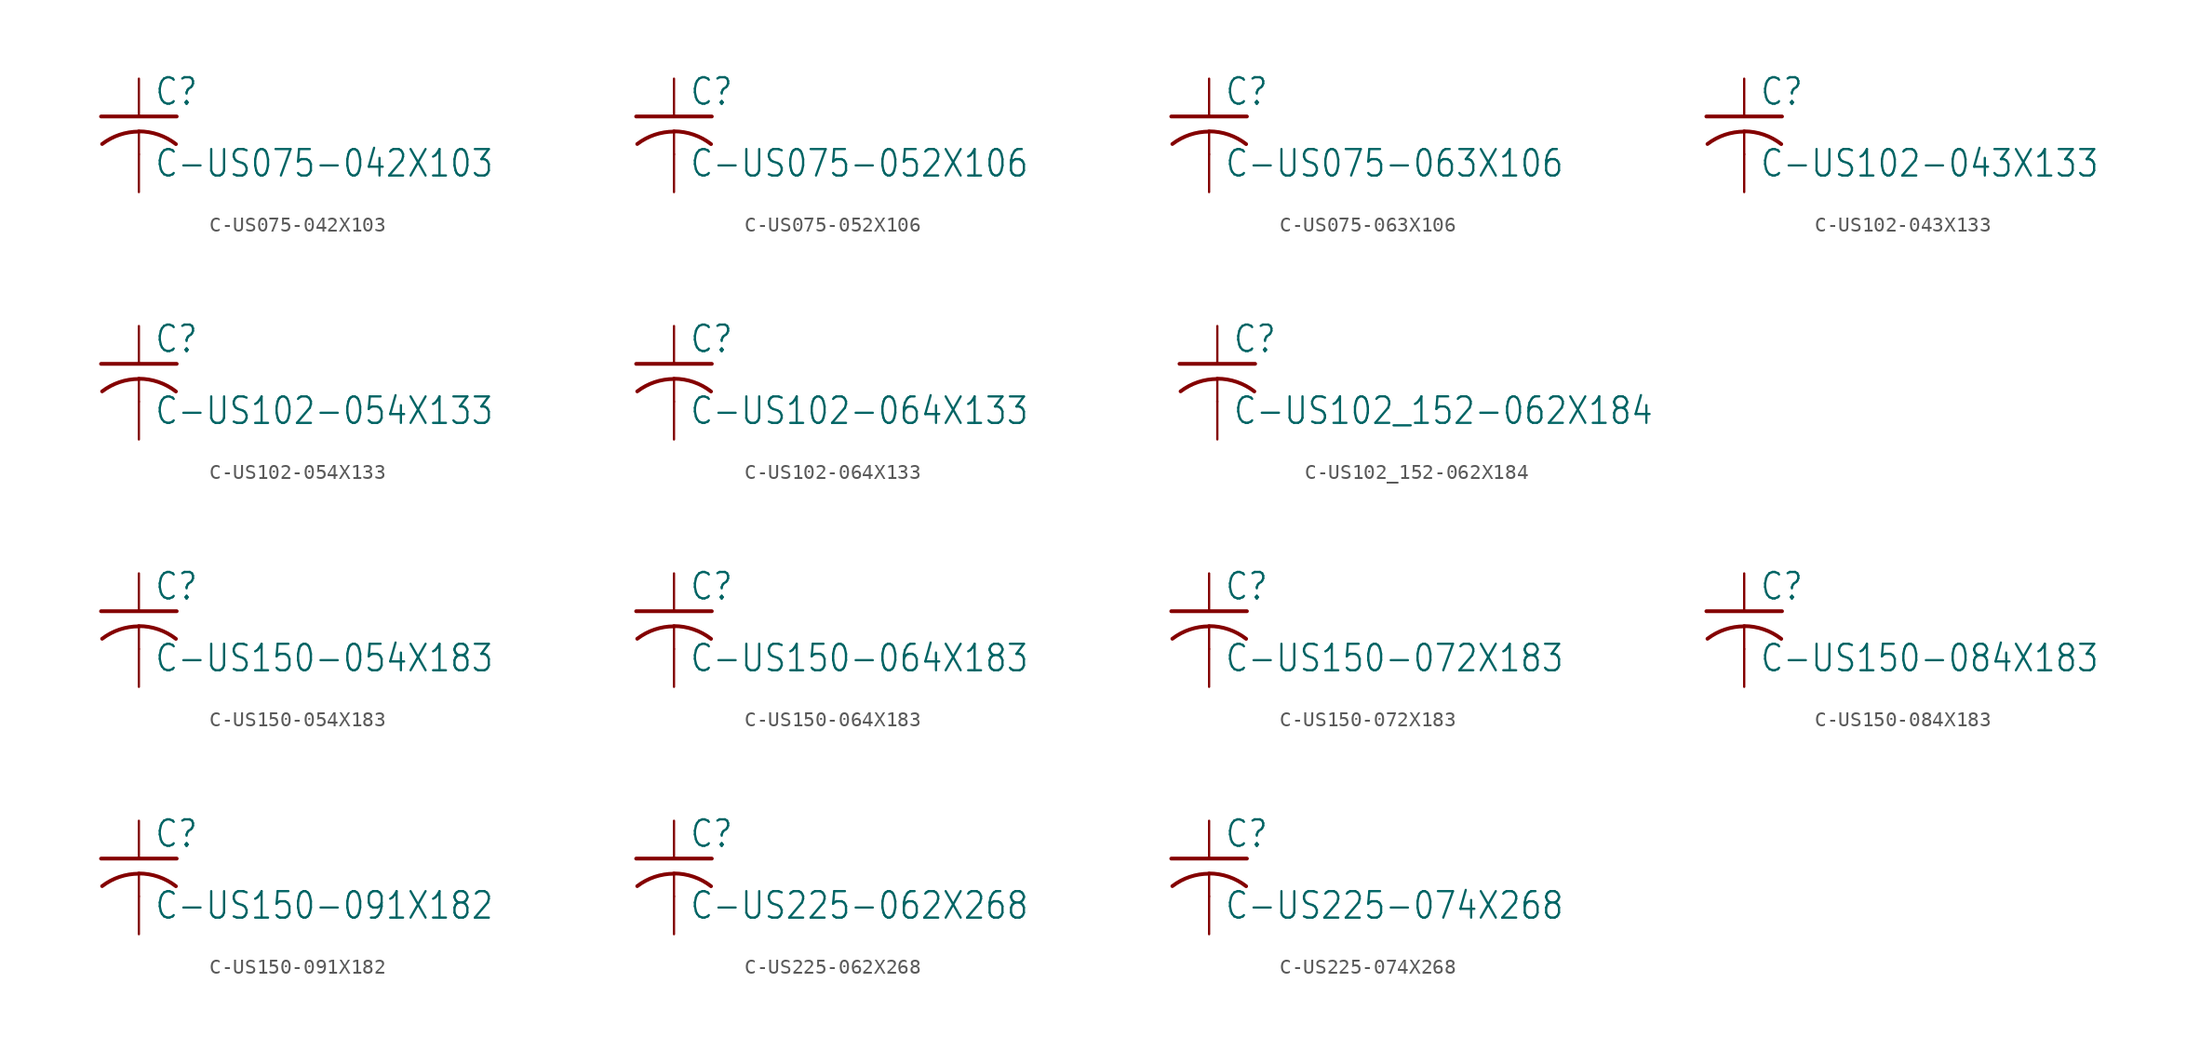
<source format=kicad_sym>
(kicad_symbol_lib
  (version 20211014)
  (generator kicad_symbol_editor)
  (symbol "C-US075-042X103"
    (property "Reference" "C"
      (at 1.016 0.635 0)
      (effects (font (size 1.778 1.511)) (justify left bottom)))
    (property "Value" "C-US075-042X103"
      (at 1.016 -4.191 0)
      (effects (font (size 1.778 1.511)) (justify left bottom)))
    (property "ki_locked" ""
      (at 0 0 0)
      (effects (font (size 1.27 1.27))))
    (symbol "C-US075-042X103_1_0"
      (arc (start 0 -1.0161) (mid -1.302 -1.2303) (end -2.4668 -1.8504) (stroke (width 0.254) (type default) (color 0 0 0 0)) (fill (type none)))
      (polyline (pts (xy -2.54 0) (xy 2.54 0)) (stroke (width 0.254) (type default) (color 0 0 0 0)) (fill (type none)))
      (polyline (pts (xy 0 -1.016) (xy 0 -2.54)) (stroke (width 0.152) (type default) (color 0 0 0 0)) (fill (type none)))
      (polyline (pts (xy 0 -1.016) (xy 0 -1.016)) (stroke (width 0.152) (type default) (color 0 0 0 0)) (fill (type none)))
      (arc (start 2.4892 -1.8542) (mid 1.3158 -1.2195) (end 0 -1) (stroke (width 0.254) (type default) (color 0 0 0 0)) (fill (type none)))
      (pin passive line (at 0 2.54 270) (length 2.54) (name "1" (effects (font (size 0 0)))) (number "1" (effects (font (size 0 0)))))
      (pin passive line (at 0 -5.08 90) (length 2.54) (name "2" (effects (font (size 0 0)))) (number "2" (effects (font (size 0 0)))))))
  (symbol "C-US075-052X106"
    (property "Reference" "C"
      (at 1.016 0.635 0)
      (effects (font (size 1.778 1.511)) (justify left bottom)))
    (property "Value" "C-US075-052X106"
      (at 1.016 -4.191 0)
      (effects (font (size 1.778 1.511)) (justify left bottom)))
    (property "ki_locked" ""
      (at 0 0 0)
      (effects (font (size 1.27 1.27))))
    (symbol "C-US075-052X106_1_0"
      (arc (start 0 -1.0161) (mid -1.302 -1.2303) (end -2.4668 -1.8504) (stroke (width 0.254) (type default) (color 0 0 0 0)) (fill (type none)))
      (polyline (pts (xy -2.54 0) (xy 2.54 0)) (stroke (width 0.254) (type default) (color 0 0 0 0)) (fill (type none)))
      (polyline (pts (xy 0 -1.016) (xy 0 -2.54)) (stroke (width 0.152) (type default) (color 0 0 0 0)) (fill (type none)))
      (polyline (pts (xy 0 -1.016) (xy 0 -1.016)) (stroke (width 0.152) (type default) (color 0 0 0 0)) (fill (type none)))
      (arc (start 2.4892 -1.8542) (mid 1.3158 -1.2195) (end 0 -1) (stroke (width 0.254) (type default) (color 0 0 0 0)) (fill (type none)))
      (pin passive line (at 0 2.54 270) (length 2.54) (name "1" (effects (font (size 0 0)))) (number "1" (effects (font (size 0 0)))))
      (pin passive line (at 0 -5.08 90) (length 2.54) (name "2" (effects (font (size 0 0)))) (number "2" (effects (font (size 0 0)))))))
  (symbol "C-US075-063X106"
    (property "Reference" "C"
      (at 1.016 0.635 0)
      (effects (font (size 1.778 1.511)) (justify left bottom)))
    (property "Value" "C-US075-063X106"
      (at 1.016 -4.191 0)
      (effects (font (size 1.778 1.511)) (justify left bottom)))
    (property "ki_locked" ""
      (at 0 0 0)
      (effects (font (size 1.27 1.27))))
    (symbol "C-US075-063X106_1_0"
      (arc (start 0 -1.0161) (mid -1.302 -1.2303) (end -2.4668 -1.8504) (stroke (width 0.254) (type default) (color 0 0 0 0)) (fill (type none)))
      (polyline (pts (xy -2.54 0) (xy 2.54 0)) (stroke (width 0.254) (type default) (color 0 0 0 0)) (fill (type none)))
      (polyline (pts (xy 0 -1.016) (xy 0 -2.54)) (stroke (width 0.152) (type default) (color 0 0 0 0)) (fill (type none)))
      (polyline (pts (xy 0 -1.016) (xy 0 -1.016)) (stroke (width 0.152) (type default) (color 0 0 0 0)) (fill (type none)))
      (arc (start 2.4892 -1.8542) (mid 1.3158 -1.2195) (end 0 -1) (stroke (width 0.254) (type default) (color 0 0 0 0)) (fill (type none)))
      (pin passive line (at 0 2.54 270) (length 2.54) (name "1" (effects (font (size 0 0)))) (number "1" (effects (font (size 0 0)))))
      (pin passive line (at 0 -5.08 90) (length 2.54) (name "2" (effects (font (size 0 0)))) (number "2" (effects (font (size 0 0)))))))
  (symbol "C-US102-043X133"
    (property "Reference" "C"
      (at 1.016 0.635 0)
      (effects (font (size 1.778 1.511)) (justify left bottom)))
    (property "Value" "C-US102-043X133"
      (at 1.016 -4.191 0)
      (effects (font (size 1.778 1.511)) (justify left bottom)))
    (property "ki_locked" ""
      (at 0 0 0)
      (effects (font (size 1.27 1.27))))
    (symbol "C-US102-043X133_1_0"
      (arc (start 0 -1.0161) (mid -1.302 -1.2303) (end -2.4668 -1.8504) (stroke (width 0.254) (type default) (color 0 0 0 0)) (fill (type none)))
      (polyline (pts (xy -2.54 0) (xy 2.54 0)) (stroke (width 0.254) (type default) (color 0 0 0 0)) (fill (type none)))
      (polyline (pts (xy 0 -1.016) (xy 0 -2.54)) (stroke (width 0.152) (type default) (color 0 0 0 0)) (fill (type none)))
      (polyline (pts (xy 0 -1.016) (xy 0 -1.016)) (stroke (width 0.152) (type default) (color 0 0 0 0)) (fill (type none)))
      (arc (start 2.4892 -1.8542) (mid 1.3158 -1.2195) (end 0 -1) (stroke (width 0.254) (type default) (color 0 0 0 0)) (fill (type none)))
      (pin passive line (at 0 2.54 270) (length 2.54) (name "1" (effects (font (size 0 0)))) (number "1" (effects (font (size 0 0)))))
      (pin passive line (at 0 -5.08 90) (length 2.54) (name "2" (effects (font (size 0 0)))) (number "2" (effects (font (size 0 0)))))))
  (symbol "C-US102-054X133"
    (property "Reference" "C"
      (at 1.016 0.635 0)
      (effects (font (size 1.778 1.511)) (justify left bottom)))
    (property "Value" "C-US102-054X133"
      (at 1.016 -4.191 0)
      (effects (font (size 1.778 1.511)) (justify left bottom)))
    (property "ki_locked" ""
      (at 0 0 0)
      (effects (font (size 1.27 1.27))))
    (symbol "C-US102-054X133_1_0"
      (arc (start 0 -1.0161) (mid -1.302 -1.2303) (end -2.4668 -1.8504) (stroke (width 0.254) (type default) (color 0 0 0 0)) (fill (type none)))
      (polyline (pts (xy -2.54 0) (xy 2.54 0)) (stroke (width 0.254) (type default) (color 0 0 0 0)) (fill (type none)))
      (polyline (pts (xy 0 -1.016) (xy 0 -2.54)) (stroke (width 0.152) (type default) (color 0 0 0 0)) (fill (type none)))
      (polyline (pts (xy 0 -1.016) (xy 0 -1.016)) (stroke (width 0.152) (type default) (color 0 0 0 0)) (fill (type none)))
      (arc (start 2.4892 -1.8542) (mid 1.3158 -1.2195) (end 0 -1) (stroke (width 0.254) (type default) (color 0 0 0 0)) (fill (type none)))
      (pin passive line (at 0 2.54 270) (length 2.54) (name "1" (effects (font (size 0 0)))) (number "1" (effects (font (size 0 0)))))
      (pin passive line (at 0 -5.08 90) (length 2.54) (name "2" (effects (font (size 0 0)))) (number "2" (effects (font (size 0 0)))))))
  (symbol "C-US102-064X133"
    (property "Reference" "C"
      (at 1.016 0.635 0)
      (effects (font (size 1.778 1.511)) (justify left bottom)))
    (property "Value" "C-US102-064X133"
      (at 1.016 -4.191 0)
      (effects (font (size 1.778 1.511)) (justify left bottom)))
    (property "ki_locked" ""
      (at 0 0 0)
      (effects (font (size 1.27 1.27))))
    (symbol "C-US102-064X133_1_0"
      (arc (start 0 -1.0161) (mid -1.302 -1.2303) (end -2.4668 -1.8504) (stroke (width 0.254) (type default) (color 0 0 0 0)) (fill (type none)))
      (polyline (pts (xy -2.54 0) (xy 2.54 0)) (stroke (width 0.254) (type default) (color 0 0 0 0)) (fill (type none)))
      (polyline (pts (xy 0 -1.016) (xy 0 -2.54)) (stroke (width 0.152) (type default) (color 0 0 0 0)) (fill (type none)))
      (polyline (pts (xy 0 -1.016) (xy 0 -1.016)) (stroke (width 0.152) (type default) (color 0 0 0 0)) (fill (type none)))
      (arc (start 2.4892 -1.8542) (mid 1.3158 -1.2195) (end 0 -1) (stroke (width 0.254) (type default) (color 0 0 0 0)) (fill (type none)))
      (pin passive line (at 0 2.54 270) (length 2.54) (name "1" (effects (font (size 0 0)))) (number "1" (effects (font (size 0 0)))))
      (pin passive line (at 0 -5.08 90) (length 2.54) (name "2" (effects (font (size 0 0)))) (number "2" (effects (font (size 0 0)))))))
  (symbol "C-US102_152-062X184"
    (property "Reference" "C"
      (at 1.016 0.635 0)
      (effects (font (size 1.778 1.511)) (justify left bottom)))
    (property "Value" "C-US102_152-062X184"
      (at 1.016 -4.191 0)
      (effects (font (size 1.778 1.511)) (justify left bottom)))
    (property "ki_locked" ""
      (at 0 0 0)
      (effects (font (size 1.27 1.27))))
    (symbol "C-US102_152-062X184_1_0"
      (arc (start 0 -1.0161) (mid -1.302 -1.2303) (end -2.4668 -1.8504) (stroke (width 0.254) (type default) (color 0 0 0 0)) (fill (type none)))
      (polyline (pts (xy -2.54 0) (xy 2.54 0)) (stroke (width 0.254) (type default) (color 0 0 0 0)) (fill (type none)))
      (polyline (pts (xy 0 -1.016) (xy 0 -2.54)) (stroke (width 0.152) (type default) (color 0 0 0 0)) (fill (type none)))
      (polyline (pts (xy 0 -1.016) (xy 0 -1.016)) (stroke (width 0.152) (type default) (color 0 0 0 0)) (fill (type none)))
      (arc (start 2.4892 -1.8542) (mid 1.3158 -1.2195) (end 0 -1) (stroke (width 0.254) (type default) (color 0 0 0 0)) (fill (type none)))
      (pin passive line (at 0 2.54 270) (length 2.54) (name "1" (effects (font (size 0 0)))) (number "1" (effects (font (size 0 0)))))
      (pin passive line (at 0 -5.08 90) (length 2.54) (name "2" (effects (font (size 0 0)))) (number "2" (effects (font (size 0 0)))))))
  (symbol "C-US150-054X183"
    (property "Reference" "C"
      (at 1.016 0.635 0)
      (effects (font (size 1.778 1.511)) (justify left bottom)))
    (property "Value" "C-US150-054X183"
      (at 1.016 -4.191 0)
      (effects (font (size 1.778 1.511)) (justify left bottom)))
    (property "ki_locked" ""
      (at 0 0 0)
      (effects (font (size 1.27 1.27))))
    (symbol "C-US150-054X183_1_0"
      (arc (start 0 -1.0161) (mid -1.302 -1.2303) (end -2.4668 -1.8504) (stroke (width 0.254) (type default) (color 0 0 0 0)) (fill (type none)))
      (polyline (pts (xy -2.54 0) (xy 2.54 0)) (stroke (width 0.254) (type default) (color 0 0 0 0)) (fill (type none)))
      (polyline (pts (xy 0 -1.016) (xy 0 -2.54)) (stroke (width 0.152) (type default) (color 0 0 0 0)) (fill (type none)))
      (polyline (pts (xy 0 -1.016) (xy 0 -1.016)) (stroke (width 0.152) (type default) (color 0 0 0 0)) (fill (type none)))
      (arc (start 2.4892 -1.8542) (mid 1.3158 -1.2195) (end 0 -1) (stroke (width 0.254) (type default) (color 0 0 0 0)) (fill (type none)))
      (pin passive line (at 0 2.54 270) (length 2.54) (name "1" (effects (font (size 0 0)))) (number "1" (effects (font (size 0 0)))))
      (pin passive line (at 0 -5.08 90) (length 2.54) (name "2" (effects (font (size 0 0)))) (number "2" (effects (font (size 0 0)))))))
  (symbol "C-US150-064X183"
    (property "Reference" "C"
      (at 1.016 0.635 0)
      (effects (font (size 1.778 1.511)) (justify left bottom)))
    (property "Value" "C-US150-064X183"
      (at 1.016 -4.191 0)
      (effects (font (size 1.778 1.511)) (justify left bottom)))
    (property "ki_locked" ""
      (at 0 0 0)
      (effects (font (size 1.27 1.27))))
    (symbol "C-US150-064X183_1_0"
      (arc (start 0 -1.0161) (mid -1.302 -1.2303) (end -2.4668 -1.8504) (stroke (width 0.254) (type default) (color 0 0 0 0)) (fill (type none)))
      (polyline (pts (xy -2.54 0) (xy 2.54 0)) (stroke (width 0.254) (type default) (color 0 0 0 0)) (fill (type none)))
      (polyline (pts (xy 0 -1.016) (xy 0 -2.54)) (stroke (width 0.152) (type default) (color 0 0 0 0)) (fill (type none)))
      (polyline (pts (xy 0 -1.016) (xy 0 -1.016)) (stroke (width 0.152) (type default) (color 0 0 0 0)) (fill (type none)))
      (arc (start 2.4892 -1.8542) (mid 1.3158 -1.2195) (end 0 -1) (stroke (width 0.254) (type default) (color 0 0 0 0)) (fill (type none)))
      (pin passive line (at 0 2.54 270) (length 2.54) (name "1" (effects (font (size 0 0)))) (number "1" (effects (font (size 0 0)))))
      (pin passive line (at 0 -5.08 90) (length 2.54) (name "2" (effects (font (size 0 0)))) (number "2" (effects (font (size 0 0)))))))
  (symbol "C-US150-072X183"
    (property "Reference" "C"
      (at 1.016 0.635 0)
      (effects (font (size 1.778 1.511)) (justify left bottom)))
    (property "Value" "C-US150-072X183"
      (at 1.016 -4.191 0)
      (effects (font (size 1.778 1.511)) (justify left bottom)))
    (property "ki_locked" ""
      (at 0 0 0)
      (effects (font (size 1.27 1.27))))
    (symbol "C-US150-072X183_1_0"
      (arc (start 0 -1.0161) (mid -1.302 -1.2303) (end -2.4668 -1.8504) (stroke (width 0.254) (type default) (color 0 0 0 0)) (fill (type none)))
      (polyline (pts (xy -2.54 0) (xy 2.54 0)) (stroke (width 0.254) (type default) (color 0 0 0 0)) (fill (type none)))
      (polyline (pts (xy 0 -1.016) (xy 0 -2.54)) (stroke (width 0.152) (type default) (color 0 0 0 0)) (fill (type none)))
      (polyline (pts (xy 0 -1.016) (xy 0 -1.016)) (stroke (width 0.152) (type default) (color 0 0 0 0)) (fill (type none)))
      (arc (start 2.4892 -1.8542) (mid 1.3158 -1.2195) (end 0 -1) (stroke (width 0.254) (type default) (color 0 0 0 0)) (fill (type none)))
      (pin passive line (at 0 2.54 270) (length 2.54) (name "1" (effects (font (size 0 0)))) (number "1" (effects (font (size 0 0)))))
      (pin passive line (at 0 -5.08 90) (length 2.54) (name "2" (effects (font (size 0 0)))) (number "2" (effects (font (size 0 0)))))))
  (symbol "C-US150-084X183"
    (property "Reference" "C"
      (at 1.016 0.635 0)
      (effects (font (size 1.778 1.511)) (justify left bottom)))
    (property "Value" "C-US150-084X183"
      (at 1.016 -4.191 0)
      (effects (font (size 1.778 1.511)) (justify left bottom)))
    (property "ki_locked" ""
      (at 0 0 0)
      (effects (font (size 1.27 1.27))))
    (symbol "C-US150-084X183_1_0"
      (arc (start 0 -1.0161) (mid -1.302 -1.2303) (end -2.4668 -1.8504) (stroke (width 0.254) (type default) (color 0 0 0 0)) (fill (type none)))
      (polyline (pts (xy -2.54 0) (xy 2.54 0)) (stroke (width 0.254) (type default) (color 0 0 0 0)) (fill (type none)))
      (polyline (pts (xy 0 -1.016) (xy 0 -2.54)) (stroke (width 0.152) (type default) (color 0 0 0 0)) (fill (type none)))
      (polyline (pts (xy 0 -1.016) (xy 0 -1.016)) (stroke (width 0.152) (type default) (color 0 0 0 0)) (fill (type none)))
      (arc (start 2.4892 -1.8542) (mid 1.3158 -1.2195) (end 0 -1) (stroke (width 0.254) (type default) (color 0 0 0 0)) (fill (type none)))
      (pin passive line (at 0 2.54 270) (length 2.54) (name "1" (effects (font (size 0 0)))) (number "1" (effects (font (size 0 0)))))
      (pin passive line (at 0 -5.08 90) (length 2.54) (name "2" (effects (font (size 0 0)))) (number "2" (effects (font (size 0 0)))))))
  (symbol "C-US150-091X182"
    (property "Reference" "C"
      (at 1.016 0.635 0)
      (effects (font (size 1.778 1.511)) (justify left bottom)))
    (property "Value" "C-US150-091X182"
      (at 1.016 -4.191 0)
      (effects (font (size 1.778 1.511)) (justify left bottom)))
    (property "ki_locked" ""
      (at 0 0 0)
      (effects (font (size 1.27 1.27))))
    (symbol "C-US150-091X182_1_0"
      (arc (start 0 -1.0161) (mid -1.302 -1.2303) (end -2.4668 -1.8504) (stroke (width 0.254) (type default) (color 0 0 0 0)) (fill (type none)))
      (polyline (pts (xy -2.54 0) (xy 2.54 0)) (stroke (width 0.254) (type default) (color 0 0 0 0)) (fill (type none)))
      (polyline (pts (xy 0 -1.016) (xy 0 -2.54)) (stroke (width 0.152) (type default) (color 0 0 0 0)) (fill (type none)))
      (polyline (pts (xy 0 -1.016) (xy 0 -1.016)) (stroke (width 0.152) (type default) (color 0 0 0 0)) (fill (type none)))
      (arc (start 2.4892 -1.8542) (mid 1.3158 -1.2195) (end 0 -1) (stroke (width 0.254) (type default) (color 0 0 0 0)) (fill (type none)))
      (pin passive line (at 0 2.54 270) (length 2.54) (name "1" (effects (font (size 0 0)))) (number "1" (effects (font (size 0 0)))))
      (pin passive line (at 0 -5.08 90) (length 2.54) (name "2" (effects (font (size 0 0)))) (number "2" (effects (font (size 0 0)))))))
  (symbol "C-US225-062X268"
    (property "Reference" "C"
      (at 1.016 0.635 0)
      (effects (font (size 1.778 1.511)) (justify left bottom)))
    (property "Value" "C-US225-062X268"
      (at 1.016 -4.191 0)
      (effects (font (size 1.778 1.511)) (justify left bottom)))
    (property "ki_locked" ""
      (at 0 0 0)
      (effects (font (size 1.27 1.27))))
    (symbol "C-US225-062X268_1_0"
      (arc (start 0 -1.0161) (mid -1.302 -1.2303) (end -2.4668 -1.8504) (stroke (width 0.254) (type default) (color 0 0 0 0)) (fill (type none)))
      (polyline (pts (xy -2.54 0) (xy 2.54 0)) (stroke (width 0.254) (type default) (color 0 0 0 0)) (fill (type none)))
      (polyline (pts (xy 0 -1.016) (xy 0 -2.54)) (stroke (width 0.152) (type default) (color 0 0 0 0)) (fill (type none)))
      (polyline (pts (xy 0 -1.016) (xy 0 -1.016)) (stroke (width 0.152) (type default) (color 0 0 0 0)) (fill (type none)))
      (arc (start 2.4892 -1.8542) (mid 1.3158 -1.2195) (end 0 -1) (stroke (width 0.254) (type default) (color 0 0 0 0)) (fill (type none)))
      (pin passive line (at 0 2.54 270) (length 2.54) (name "1" (effects (font (size 0 0)))) (number "1" (effects (font (size 0 0)))))
      (pin passive line (at 0 -5.08 90) (length 2.54) (name "2" (effects (font (size 0 0)))) (number "2" (effects (font (size 0 0)))))))
  (symbol "C-US225-074X268"
    (property "Reference" "C"
      (at 1.016 0.635 0)
      (effects (font (size 1.778 1.511)) (justify left bottom)))
    (property "Value" "C-US225-074X268"
      (at 1.016 -4.191 0)
      (effects (font (size 1.778 1.511)) (justify left bottom)))
    (property "ki_locked" ""
      (at 0 0 0)
      (effects (font (size 1.27 1.27))))
    (symbol "C-US225-074X268_1_0"
      (arc (start 0 -1.0161) (mid -1.302 -1.2303) (end -2.4668 -1.8504) (stroke (width 0.254) (type default) (color 0 0 0 0)) (fill (type none)))
      (polyline (pts (xy -2.54 0) (xy 2.54 0)) (stroke (width 0.254) (type default) (color 0 0 0 0)) (fill (type none)))
      (polyline (pts (xy 0 -1.016) (xy 0 -2.54)) (stroke (width 0.152) (type default) (color 0 0 0 0)) (fill (type none)))
      (polyline (pts (xy 0 -1.016) (xy 0 -1.016)) (stroke (width 0.152) (type default) (color 0 0 0 0)) (fill (type none)))
      (arc (start 2.4892 -1.8542) (mid 1.3158 -1.2195) (end 0 -1) (stroke (width 0.254) (type default) (color 0 0 0 0)) (fill (type none)))
      (pin passive line (at 0 2.54 270) (length 2.54) (name "1" (effects (font (size 0 0)))) (number "1" (effects (font (size 0 0)))))
      (pin passive line (at 0 -5.08 90) (length 2.54) (name "2" (effects (font (size 0 0)))) (number "2" (effects (font (size 0 0))))))))
</source>
